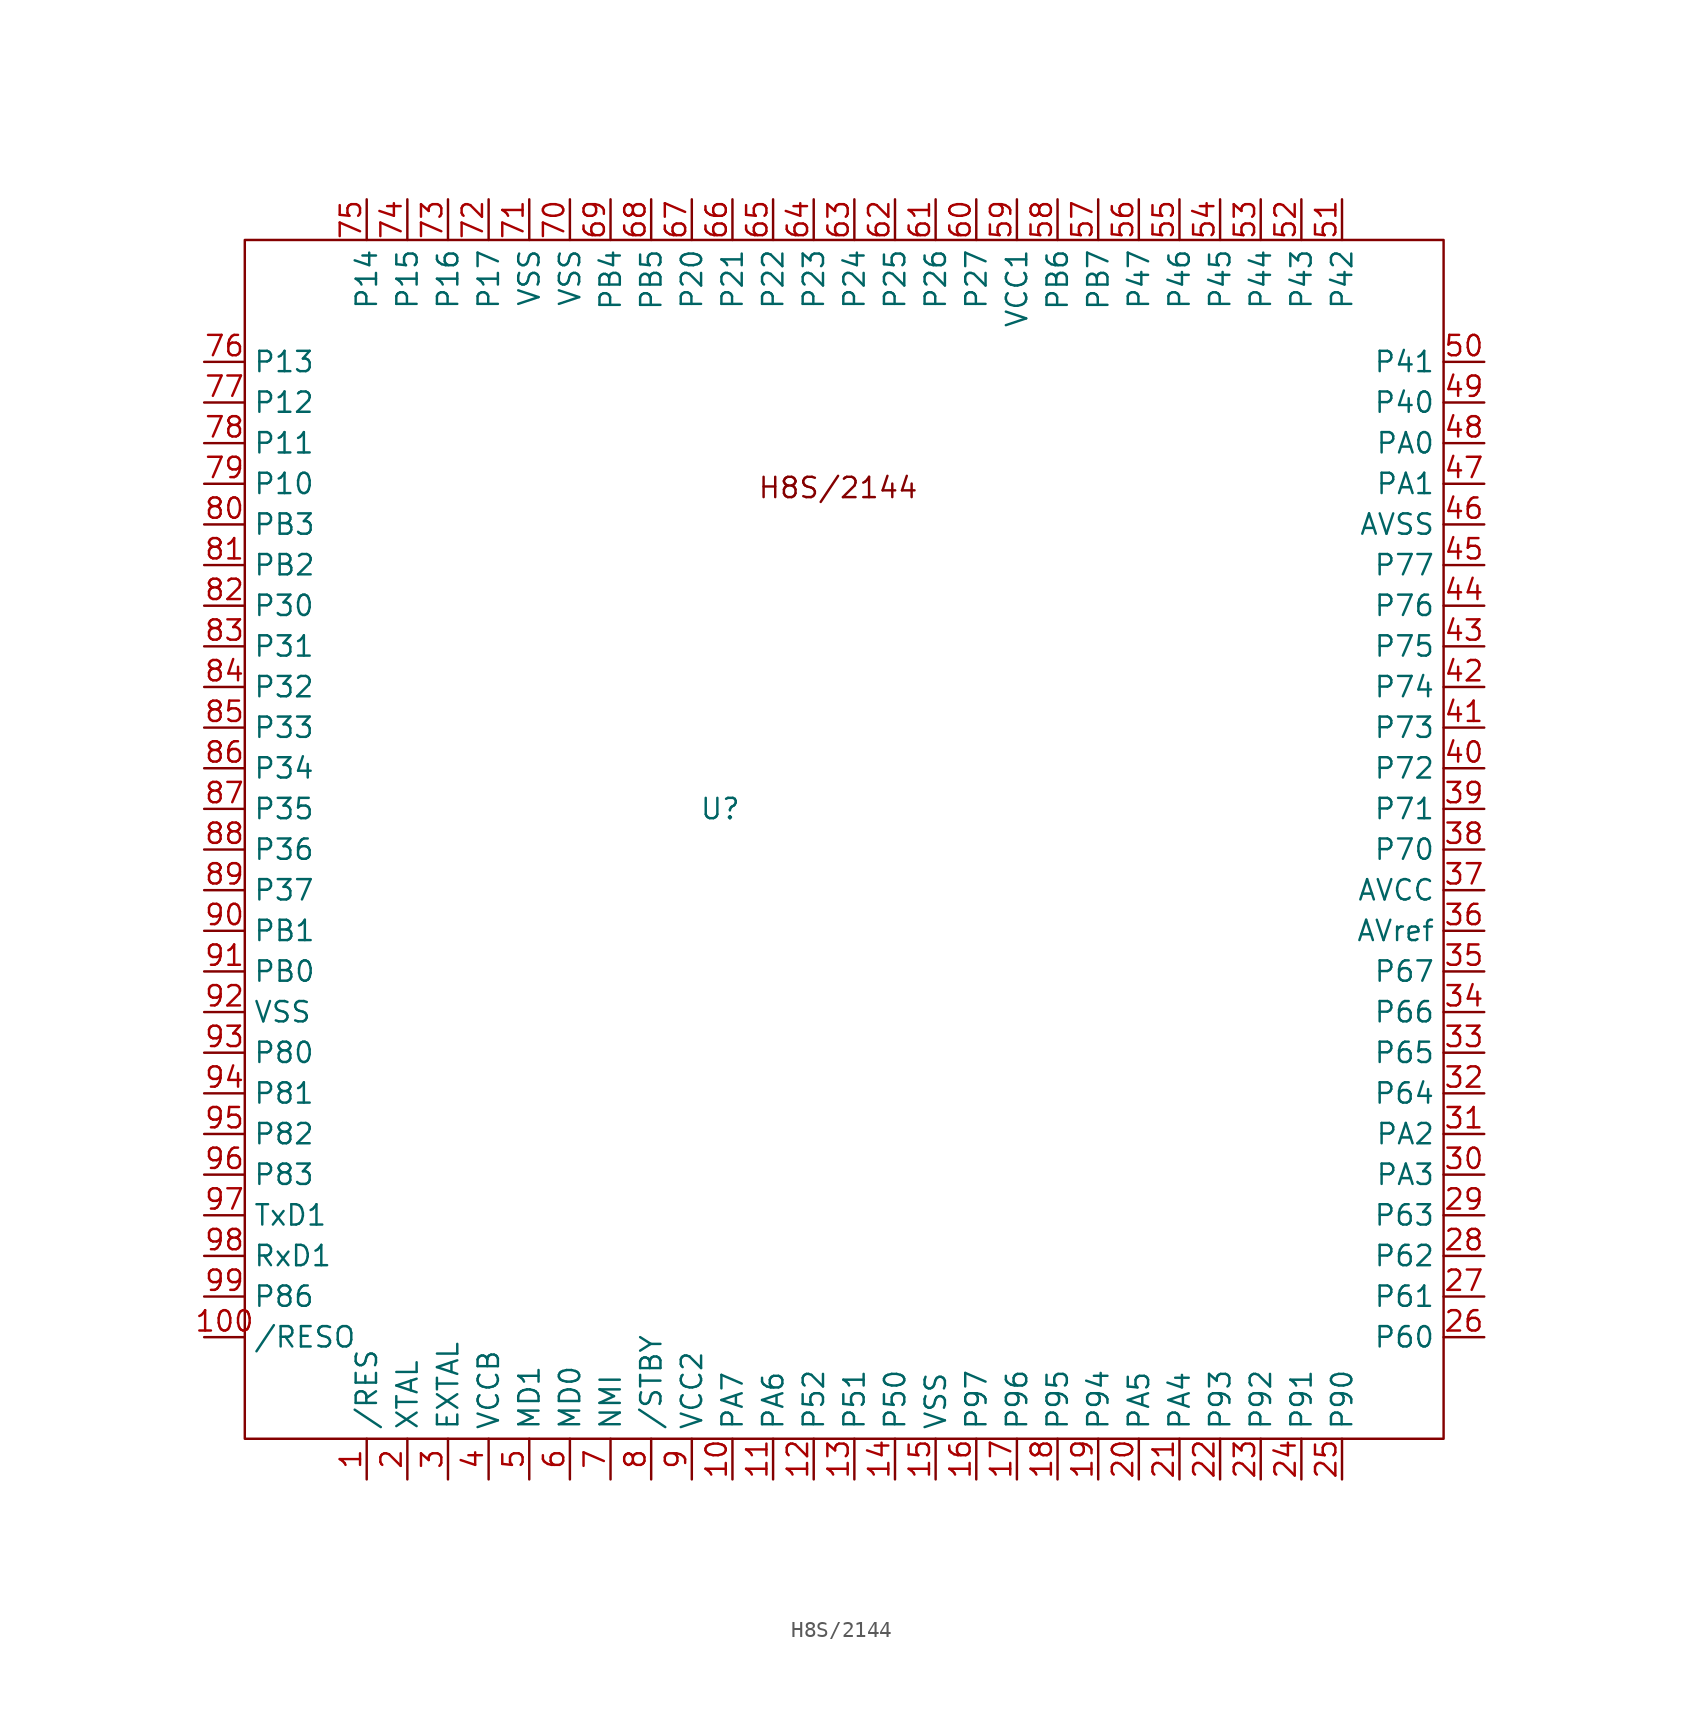
<source format=kicad_sym>
(kicad_symbol_lib
  (version 20231120)
  (generator "kicad_symbol_editor")
  (generator_version "8.0")
  (symbol "H8S/2144"
    (property "Reference" "U"
      (at -4.572 0 0)
      (effects (font (size 1.27 1.27))))
    (property "Value" ""
      (at -14.732 -24.892 0)
      (effects (font (size 1.27 1.27))))
    (symbol "H8S/2144_0_1"
      (rectangle (start -34.29 35.56) (end 40.64 -39.37) (stroke (width 0) (type default)) (fill (type none))))
    (symbol "H8S/2144_1_1"
      (text "H8S/2144\n" (at 2.794 20.066 0) (effects (font (size 1.27 1.27))))
      (pin input line (at -26.67 -41.91 90) (length 2.54) (name "/RES" (effects (font (size 1.27 1.27)))) (number "1" (effects (font (size 1.27 1.27)))))
      (pin input line (at -3.81 -41.91 90) (length 2.54) (name "PA7" (effects (font (size 1.27 1.27)))) (number "10" (effects (font (size 1.27 1.27)))))
      (pin input line (at -36.83 -33.02 0) (length 2.54) (name "/RESO" (effects (font (size 1.27 1.27)))) (number "100" (effects (font (size 1.27 1.27)))))
      (pin input line (at -1.27 -41.91 90) (length 2.54) (name "PA6" (effects (font (size 1.27 1.27)))) (number "11" (effects (font (size 1.27 1.27)))))
      (pin input line (at 1.27 -41.91 90) (length 2.54) (name "P52" (effects (font (size 1.27 1.27)))) (number "12" (effects (font (size 1.27 1.27)))))
      (pin input line (at 3.81 -41.91 90) (length 2.54) (name "P51" (effects (font (size 1.27 1.27)))) (number "13" (effects (font (size 1.27 1.27)))))
      (pin input line (at 6.35 -41.91 90) (length 2.54) (name "P50" (effects (font (size 1.27 1.27)))) (number "14" (effects (font (size 1.27 1.27)))))
      (pin input line (at 8.89 -41.91 90) (length 2.54) (name "VSS" (effects (font (size 1.27 1.27)))) (number "15" (effects (font (size 1.27 1.27)))))
      (pin input line (at 11.43 -41.91 90) (length 2.54) (name "P97" (effects (font (size 1.27 1.27)))) (number "16" (effects (font (size 1.27 1.27)))))
      (pin input line (at 13.97 -41.91 90) (length 2.54) (name "P96" (effects (font (size 1.27 1.27)))) (number "17" (effects (font (size 1.27 1.27)))))
      (pin input line (at 16.51 -41.91 90) (length 2.54) (name "P95" (effects (font (size 1.27 1.27)))) (number "18" (effects (font (size 1.27 1.27)))))
      (pin input line (at 19.05 -41.91 90) (length 2.54) (name "P94" (effects (font (size 1.27 1.27)))) (number "19" (effects (font (size 1.27 1.27)))))
      (pin input line (at -24.13 -41.91 90) (length 2.54) (name "XTAL" (effects (font (size 1.27 1.27)))) (number "2" (effects (font (size 1.27 1.27)))))
      (pin input line (at 21.59 -41.91 90) (length 2.54) (name "PA5" (effects (font (size 1.27 1.27)))) (number "20" (effects (font (size 1.27 1.27)))))
      (pin input line (at 24.13 -41.91 90) (length 2.54) (name "PA4" (effects (font (size 1.27 1.27)))) (number "21" (effects (font (size 1.27 1.27)))))
      (pin input line (at 26.67 -41.91 90) (length 2.54) (name "P93" (effects (font (size 1.27 1.27)))) (number "22" (effects (font (size 1.27 1.27)))))
      (pin input line (at 29.21 -41.91 90) (length 2.54) (name "P92" (effects (font (size 1.27 1.27)))) (number "23" (effects (font (size 1.27 1.27)))))
      (pin input line (at 31.75 -41.91 90) (length 2.54) (name "P91" (effects (font (size 1.27 1.27)))) (number "24" (effects (font (size 1.27 1.27)))))
      (pin input line (at 34.29 -41.91 90) (length 2.54) (name "P90" (effects (font (size 1.27 1.27)))) (number "25" (effects (font (size 1.27 1.27)))))
      (pin input line (at 43.18 -33.02 180) (length 2.54) (name "P60" (effects (font (size 1.27 1.27)))) (number "26" (effects (font (size 1.27 1.27)))))
      (pin input line (at 43.18 -30.48 180) (length 2.54) (name "P61" (effects (font (size 1.27 1.27)))) (number "27" (effects (font (size 1.27 1.27)))))
      (pin input line (at 43.18 -27.94 180) (length 2.54) (name "P62" (effects (font (size 1.27 1.27)))) (number "28" (effects (font (size 1.27 1.27)))))
      (pin input line (at 43.18 -25.4 180) (length 2.54) (name "P63" (effects (font (size 1.27 1.27)))) (number "29" (effects (font (size 1.27 1.27)))))
      (pin input line (at -21.59 -41.91 90) (length 2.54) (name "EXTAL" (effects (font (size 1.27 1.27)))) (number "3" (effects (font (size 1.27 1.27)))))
      (pin input line (at 43.18 -22.86 180) (length 2.54) (name "PA3" (effects (font (size 1.27 1.27)))) (number "30" (effects (font (size 1.27 1.27)))))
      (pin input line (at 43.18 -20.32 180) (length 2.54) (name "PA2" (effects (font (size 1.27 1.27)))) (number "31" (effects (font (size 1.27 1.27)))))
      (pin input line (at 43.18 -17.78 180) (length 2.54) (name "P64" (effects (font (size 1.27 1.27)))) (number "32" (effects (font (size 1.27 1.27)))))
      (pin input line (at 43.18 -15.24 180) (length 2.54) (name "P65" (effects (font (size 1.27 1.27)))) (number "33" (effects (font (size 1.27 1.27)))))
      (pin input line (at 43.18 -12.7 180) (length 2.54) (name "P66" (effects (font (size 1.27 1.27)))) (number "34" (effects (font (size 1.27 1.27)))))
      (pin input line (at 43.18 -10.16 180) (length 2.54) (name "P67" (effects (font (size 1.27 1.27)))) (number "35" (effects (font (size 1.27 1.27)))))
      (pin input line (at 43.18 -7.62 180) (length 2.54) (name "AVref" (effects (font (size 1.27 1.27)))) (number "36" (effects (font (size 1.27 1.27)))))
      (pin input line (at 43.18 -5.08 180) (length 2.54) (name "AVCC" (effects (font (size 1.27 1.27)))) (number "37" (effects (font (size 1.27 1.27)))))
      (pin input line (at 43.18 -2.54 180) (length 2.54) (name "P70" (effects (font (size 1.27 1.27)))) (number "38" (effects (font (size 1.27 1.27)))))
      (pin input line (at 43.18 0 180) (length 2.54) (name "P71" (effects (font (size 1.27 1.27)))) (number "39" (effects (font (size 1.27 1.27)))))
      (pin input line (at -19.05 -41.91 90) (length 2.54) (name "VCCB" (effects (font (size 1.27 1.27)))) (number "4" (effects (font (size 1.27 1.27)))))
      (pin input line (at 43.18 2.54 180) (length 2.54) (name "P72" (effects (font (size 1.27 1.27)))) (number "40" (effects (font (size 1.27 1.27)))))
      (pin input line (at 43.18 5.08 180) (length 2.54) (name "P73" (effects (font (size 1.27 1.27)))) (number "41" (effects (font (size 1.27 1.27)))))
      (pin input line (at 43.18 7.62 180) (length 2.54) (name "P74" (effects (font (size 1.27 1.27)))) (number "42" (effects (font (size 1.27 1.27)))))
      (pin input line (at 43.18 10.16 180) (length 2.54) (name "P75" (effects (font (size 1.27 1.27)))) (number "43" (effects (font (size 1.27 1.27)))))
      (pin input line (at 43.18 12.7 180) (length 2.54) (name "P76" (effects (font (size 1.27 1.27)))) (number "44" (effects (font (size 1.27 1.27)))))
      (pin input line (at 43.18 15.24 180) (length 2.54) (name "P77" (effects (font (size 1.27 1.27)))) (number "45" (effects (font (size 1.27 1.27)))))
      (pin input line (at 43.18 17.78 180) (length 2.54) (name "AVSS" (effects (font (size 1.27 1.27)))) (number "46" (effects (font (size 1.27 1.27)))))
      (pin input line (at 43.18 20.32 180) (length 2.54) (name "PA1" (effects (font (size 1.27 1.27)))) (number "47" (effects (font (size 1.27 1.27)))))
      (pin input line (at 43.18 22.86 180) (length 2.54) (name "PA0" (effects (font (size 1.27 1.27)))) (number "48" (effects (font (size 1.27 1.27)))))
      (pin input line (at 43.18 25.4 180) (length 2.54) (name "P40" (effects (font (size 1.27 1.27)))) (number "49" (effects (font (size 1.27 1.27)))))
      (pin input line (at -16.51 -41.91 90) (length 2.54) (name "MD1" (effects (font (size 1.27 1.27)))) (number "5" (effects (font (size 1.27 1.27)))))
      (pin input line (at 43.18 27.94 180) (length 2.54) (name "P41" (effects (font (size 1.27 1.27)))) (number "50" (effects (font (size 1.27 1.27)))))
      (pin input line (at 34.29 38.1 270) (length 2.54) (name "P42" (effects (font (size 1.27 1.27)))) (number "51" (effects (font (size 1.27 1.27)))))
      (pin input line (at 31.75 38.1 270) (length 2.54) (name "P43" (effects (font (size 1.27 1.27)))) (number "52" (effects (font (size 1.27 1.27)))))
      (pin input line (at 29.21 38.1 270) (length 2.54) (name "P44" (effects (font (size 1.27 1.27)))) (number "53" (effects (font (size 1.27 1.27)))))
      (pin input line (at 26.67 38.1 270) (length 2.54) (name "P45" (effects (font (size 1.27 1.27)))) (number "54" (effects (font (size 1.27 1.27)))))
      (pin input line (at 24.13 38.1 270) (length 2.54) (name "P46" (effects (font (size 1.27 1.27)))) (number "55" (effects (font (size 1.27 1.27)))))
      (pin input line (at 21.59 38.1 270) (length 2.54) (name "P47" (effects (font (size 1.27 1.27)))) (number "56" (effects (font (size 1.27 1.27)))))
      (pin input line (at 19.05 38.1 270) (length 2.54) (name "PB7" (effects (font (size 1.27 1.27)))) (number "57" (effects (font (size 1.27 1.27)))))
      (pin input line (at 16.51 38.1 270) (length 2.54) (name "PB6" (effects (font (size 1.27 1.27)))) (number "58" (effects (font (size 1.27 1.27)))))
      (pin input line (at 13.97 38.1 270) (length 2.54) (name "VCC1" (effects (font (size 1.27 1.27)))) (number "59" (effects (font (size 1.27 1.27)))))
      (pin input line (at -13.97 -41.91 90) (length 2.54) (name "MD0" (effects (font (size 1.27 1.27)))) (number "6" (effects (font (size 1.27 1.27)))))
      (pin input line (at 11.43 38.1 270) (length 2.54) (name "P27" (effects (font (size 1.27 1.27)))) (number "60" (effects (font (size 1.27 1.27)))))
      (pin input line (at 8.89 38.1 270) (length 2.54) (name "P26" (effects (font (size 1.27 1.27)))) (number "61" (effects (font (size 1.27 1.27)))))
      (pin input line (at 6.35 38.1 270) (length 2.54) (name "P25" (effects (font (size 1.27 1.27)))) (number "62" (effects (font (size 1.27 1.27)))))
      (pin input line (at 3.81 38.1 270) (length 2.54) (name "P24" (effects (font (size 1.27 1.27)))) (number "63" (effects (font (size 1.27 1.27)))))
      (pin input line (at 1.27 38.1 270) (length 2.54) (name "P23" (effects (font (size 1.27 1.27)))) (number "64" (effects (font (size 1.27 1.27)))))
      (pin input line (at -1.27 38.1 270) (length 2.54) (name "P22" (effects (font (size 1.27 1.27)))) (number "65" (effects (font (size 1.27 1.27)))))
      (pin input line (at -3.81 38.1 270) (length 2.54) (name "P21" (effects (font (size 1.27 1.27)))) (number "66" (effects (font (size 1.27 1.27)))))
      (pin input line (at -6.35 38.1 270) (length 2.54) (name "P20" (effects (font (size 1.27 1.27)))) (number "67" (effects (font (size 1.27 1.27)))))
      (pin input line (at -8.89 38.1 270) (length 2.54) (name "PB5" (effects (font (size 1.27 1.27)))) (number "68" (effects (font (size 1.27 1.27)))))
      (pin input line (at -11.43 38.1 270) (length 2.54) (name "PB4" (effects (font (size 1.27 1.27)))) (number "69" (effects (font (size 1.27 1.27)))))
      (pin input line (at -11.43 -41.91 90) (length 2.54) (name "NMI" (effects (font (size 1.27 1.27)))) (number "7" (effects (font (size 1.27 1.27)))))
      (pin input line (at -13.97 38.1 270) (length 2.54) (name "VSS" (effects (font (size 1.27 1.27)))) (number "70" (effects (font (size 1.27 1.27)))))
      (pin input line (at -16.51 38.1 270) (length 2.54) (name "VSS" (effects (font (size 1.27 1.27)))) (number "71" (effects (font (size 1.27 1.27)))))
      (pin input line (at -19.05 38.1 270) (length 2.54) (name "P17" (effects (font (size 1.27 1.27)))) (number "72" (effects (font (size 1.27 1.27)))))
      (pin input line (at -21.59 38.1 270) (length 2.54) (name "P16" (effects (font (size 1.27 1.27)))) (number "73" (effects (font (size 1.27 1.27)))))
      (pin input line (at -24.13 38.1 270) (length 2.54) (name "P15" (effects (font (size 1.27 1.27)))) (number "74" (effects (font (size 1.27 1.27)))))
      (pin input line (at -26.67 38.1 270) (length 2.54) (name "P14" (effects (font (size 1.27 1.27)))) (number "75" (effects (font (size 1.27 1.27)))))
      (pin input line (at -36.83 27.94 0) (length 2.54) (name "P13" (effects (font (size 1.27 1.27)))) (number "76" (effects (font (size 1.27 1.27)))))
      (pin input line (at -36.83 25.4 0) (length 2.54) (name "P12" (effects (font (size 1.27 1.27)))) (number "77" (effects (font (size 1.27 1.27)))))
      (pin input line (at -36.83 22.86 0) (length 2.54) (name "P11" (effects (font (size 1.27 1.27)))) (number "78" (effects (font (size 1.27 1.27)))))
      (pin input line (at -36.83 20.32 0) (length 2.54) (name "P10" (effects (font (size 1.27 1.27)))) (number "79" (effects (font (size 1.27 1.27)))))
      (pin input line (at -8.89 -41.91 90) (length 2.54) (name "/STBY" (effects (font (size 1.27 1.27)))) (number "8" (effects (font (size 1.27 1.27)))))
      (pin input line (at -36.83 17.78 0) (length 2.54) (name "PB3" (effects (font (size 1.27 1.27)))) (number "80" (effects (font (size 1.27 1.27)))))
      (pin input line (at -36.83 15.24 0) (length 2.54) (name "PB2" (effects (font (size 1.27 1.27)))) (number "81" (effects (font (size 1.27 1.27)))))
      (pin input line (at -36.83 12.7 0) (length 2.54) (name "P30" (effects (font (size 1.27 1.27)))) (number "82" (effects (font (size 1.27 1.27)))))
      (pin input line (at -36.83 10.16 0) (length 2.54) (name "P31" (effects (font (size 1.27 1.27)))) (number "83" (effects (font (size 1.27 1.27)))))
      (pin input line (at -36.83 7.62 0) (length 2.54) (name "P32" (effects (font (size 1.27 1.27)))) (number "84" (effects (font (size 1.27 1.27)))))
      (pin input line (at -36.83 5.08 0) (length 2.54) (name "P33" (effects (font (size 1.27 1.27)))) (number "85" (effects (font (size 1.27 1.27)))))
      (pin input line (at -36.83 2.54 0) (length 2.54) (name "P34" (effects (font (size 1.27 1.27)))) (number "86" (effects (font (size 1.27 1.27)))))
      (pin input line (at -36.83 0 0) (length 2.54) (name "P35" (effects (font (size 1.27 1.27)))) (number "87" (effects (font (size 1.27 1.27)))))
      (pin input line (at -36.83 -2.54 0) (length 2.54) (name "P36" (effects (font (size 1.27 1.27)))) (number "88" (effects (font (size 1.27 1.27)))))
      (pin input line (at -36.83 -5.08 0) (length 2.54) (name "P37" (effects (font (size 1.27 1.27)))) (number "89" (effects (font (size 1.27 1.27)))))
      (pin input line (at -6.35 -41.91 90) (length 2.54) (name "VCC2" (effects (font (size 1.27 1.27)))) (number "9" (effects (font (size 1.27 1.27)))))
      (pin input line (at -36.83 -7.62 0) (length 2.54) (name "PB1" (effects (font (size 1.27 1.27)))) (number "90" (effects (font (size 1.27 1.27)))))
      (pin input line (at -36.83 -10.16 0) (length 2.54) (name "PB0" (effects (font (size 1.27 1.27)))) (number "91" (effects (font (size 1.27 1.27)))))
      (pin input line (at -36.83 -12.7 0) (length 2.54) (name "VSS" (effects (font (size 1.27 1.27)))) (number "92" (effects (font (size 1.27 1.27)))))
      (pin input line (at -36.83 -15.24 0) (length 2.54) (name "P80" (effects (font (size 1.27 1.27)))) (number "93" (effects (font (size 1.27 1.27)))))
      (pin input line (at -36.83 -17.78 0) (length 2.54) (name "P81" (effects (font (size 1.27 1.27)))) (number "94" (effects (font (size 1.27 1.27)))))
      (pin input line (at -36.83 -20.32 0) (length 2.54) (name "P82" (effects (font (size 1.27 1.27)))) (number "95" (effects (font (size 1.27 1.27)))))
      (pin input line (at -36.83 -22.86 0) (length 2.54) (name "P83" (effects (font (size 1.27 1.27)))) (number "96" (effects (font (size 1.27 1.27)))))
      (pin input line (at -36.83 -25.4 0) (length 2.54) (name "TxD1" (effects (font (size 1.27 1.27)))) (number "97" (effects (font (size 1.27 1.27)))))
      (pin input line (at -36.83 -27.94 0) (length 2.54) (name "RxD1" (effects (font (size 1.27 1.27)))) (number "98" (effects (font (size 1.27 1.27)))))
      (pin input line (at -36.83 -30.48 0) (length 2.54) (name "P86" (effects (font (size 1.27 1.27)))) (number "99" (effects (font (size 1.27 1.27))))))))
</source>
